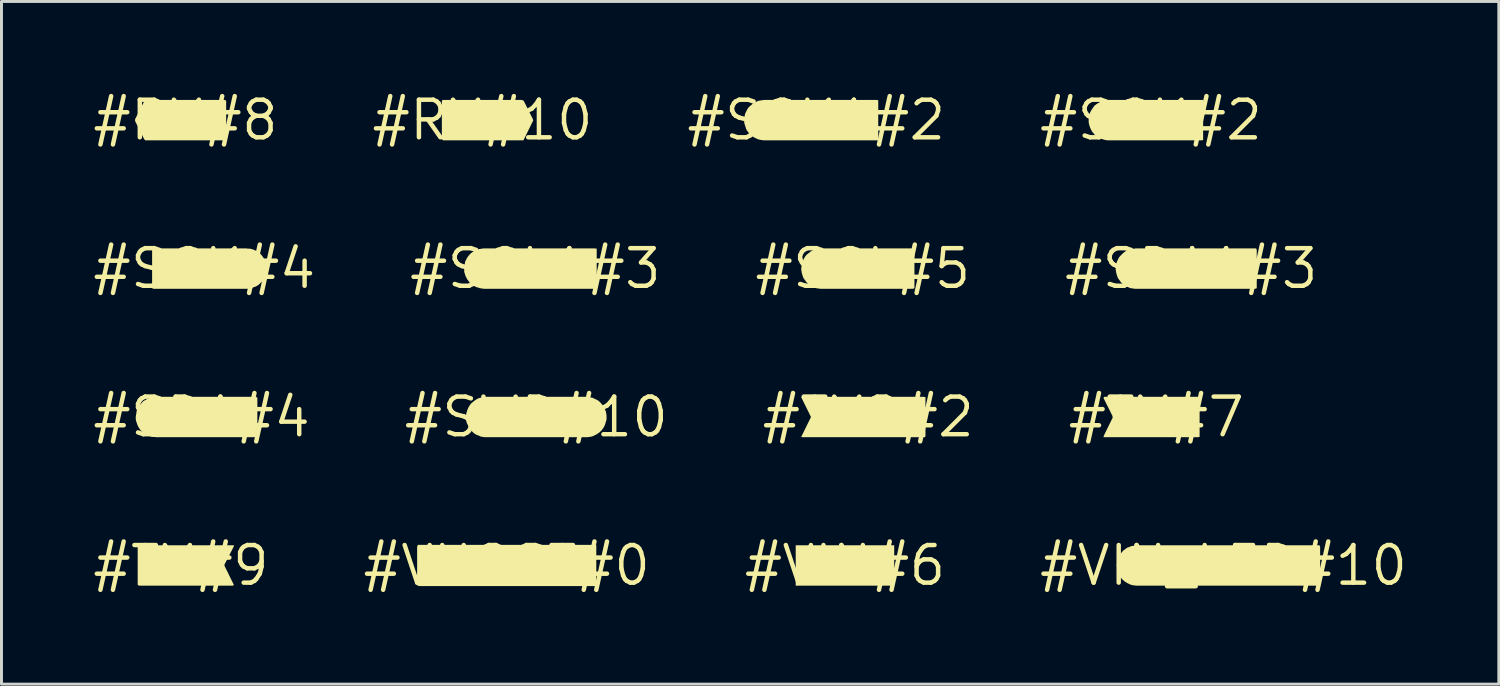
<source format=kicad_pcb>
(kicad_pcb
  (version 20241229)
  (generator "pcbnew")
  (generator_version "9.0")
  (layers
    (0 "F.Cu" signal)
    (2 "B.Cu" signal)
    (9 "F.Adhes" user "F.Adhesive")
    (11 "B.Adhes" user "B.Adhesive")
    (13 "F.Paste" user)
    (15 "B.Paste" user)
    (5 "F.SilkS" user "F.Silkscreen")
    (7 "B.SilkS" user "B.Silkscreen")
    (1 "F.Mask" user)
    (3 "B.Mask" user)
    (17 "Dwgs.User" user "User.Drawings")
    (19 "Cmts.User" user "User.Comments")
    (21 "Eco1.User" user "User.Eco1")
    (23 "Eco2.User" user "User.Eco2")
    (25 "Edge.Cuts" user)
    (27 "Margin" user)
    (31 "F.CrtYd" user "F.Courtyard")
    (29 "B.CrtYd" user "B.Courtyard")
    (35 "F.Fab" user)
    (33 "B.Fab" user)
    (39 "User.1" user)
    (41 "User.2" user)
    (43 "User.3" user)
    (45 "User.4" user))
  (footprint "#TX2#2"
    (layer "F.Cu")
    (at 26.266 11.031)
    (property "Reference" "#TX2#2" (at 0 0 0) (layer "F.SilkS") (effects (font (size 1.27 1.27) (thickness 0.15))))
    (fp_poly (pts (xy 1.933 -0.672) (xy 1.933 0.62) (xy 1.922 0.682) (xy -2.21 0.682) (xy -2.264 0.672) (xy -1.933 0) (xy -2.264 -0.672) (xy -2.21 -0.682) (xy 1.87 -0.682)) (stroke (width 0) (type solid)) (fill yes) (layer "F.SilkS")))
  (footprint "#SCL#5"
    (layer "F.Cu")
    (at 26.084 6.019)
    (property "Reference" "#SCL#5" (at 0 0 0) (layer "F.SilkS") (effects (font (size 1.27 1.27) (thickness 0.15))))
    (fp_poly (pts (xy -1.399 -0.682) (xy 1.722 -0.682) (xy 1.742 -0.63) (xy 1.742 0.662) (xy 1.69 0.682) (xy -1.43 0.682) (xy -1.5 0.672) (xy -1.571 0.662) (xy -1.631 0.642) (xy -1.691 0.612) (xy -1.751 0.582) (xy -1.811 0.542) (xy -1.862 0.502) (xy -1.912 0.452) (xy -1.952 0.391) (xy -1.992 0.341) (xy -2.022 0.281) (xy -2.042 0.211) (xy -2.062 0.151) (xy -2.072 0.08) (xy -2.083 0.01) (xy -2.072 -0.05) (xy -2.072 -0.12) (xy -2.052 -0.191) (xy -2.032 -0.251) (xy -2.002 -0.311) (xy -1.972 -0.371) (xy -1.932 -0.432) (xy -1.882 -0.482) (xy -1.832 -0.522) (xy -1.781 -0.562) (xy -1.721 -0.602) (xy -1.661 -0.632) (xy -1.591 -0.652) (xy -1.53 -0.672) (xy -1.46 -0.672) (xy -1.404 -0.682) (xy -1.405 -0.682) (xy -1.4 -0.682) (xy -1.399 -0.683)) (stroke (width 0) (type solid)) (fill yes) (layer "F.SilkS")))
  (footprint "#VIN#6"
    (layer "F.Cu")
    (at 25.48 16.043)
    (property "Reference" "#VIN#6" (at 0 0 0) (layer "F.SilkS") (effects (font (size 1.27 1.27) (thickness 0.15))))
    (fp_poly (pts (xy 1.663 0.682) (xy -1.663 0.682) (xy -1.663 -0.682) (xy 1.663 -0.682)) (stroke (width 0) (type solid)) (fill yes) (layer "F.SilkS")))
  (footprint "#TX#9"
    (layer "F.Cu")
    (at 3.061 16.043)
    (property "Reference" "#TX#9" (at 0 0 0) (layer "F.SilkS") (effects (font (size 1.27 1.27) (thickness 0.15))))
    (fp_poly (pts (xy 1.772 -0.619) (xy 1.463 -0.02) (xy 1.482 0.039) (xy 1.783 0.65) (xy 1.761 0.682) (xy -1.421 0.682) (xy -1.462 0.651) (xy -1.462 -0.641) (xy -1.431 -0.682) (xy 1.793 -0.682)) (stroke (width 0) (type solid)) (fill yes) (layer "F.SilkS")))
  (footprint "#SCL1#3"
    (layer "F.Cu")
    (at 15.026 6.019)
    (property "Reference" "#SCL1#3" (at 0 0 0) (layer "F.SilkS") (effects (font (size 1.27 1.27) (thickness 0.15))))
    (fp_poly (pts (xy 2.072 -0.672) (xy 2.072 0.61) (xy 2.062 0.682) (xy -1.74 0.682) (xy -1.8 0.672) (xy -1.871 0.662) (xy -1.931 0.642) (xy -2.001 0.622) (xy -2.061 0.592) (xy -2.121 0.552) (xy -2.172 0.512) (xy -2.222 0.472) (xy -2.262 0.411) (xy -2.302 0.361) (xy -2.332 0.301) (xy -2.362 0.241) (xy -2.382 0.171) (xy -2.402 0.11) (xy -2.402 -0.1) (xy -2.382 -0.161) (xy -2.372 -0.231) (xy -2.342 -0.291) (xy -2.312 -0.351) (xy -2.272 -0.411) (xy -2.232 -0.462) (xy -2.182 -0.512) (xy -2.131 -0.552) (xy -2.071 -0.592) (xy -2.011 -0.622) (xy -1.951 -0.642) (xy -1.881 -0.662) (xy -1.81 -0.672) (xy -1.75 -0.682) (xy 2 -0.682)) (stroke (width 0) (type solid)) (fill yes) (layer "F.SilkS")))
  (footprint "#TX#7"
    (layer "F.Cu")
    (at 35.993 11.031)
    (property "Reference" "#TX#7" (at 0 0 0) (layer "F.SilkS") (effects (font (size 1.27 1.27) (thickness 0.15))))
    (fp_poly (pts (xy 1.462 -0.61) (xy 1.462 0.672) (xy 1.39 0.682) (xy -1.783 0.682) (xy -1.772 0.629) (xy -1.473 0.02) (xy -1.482 -0.039) (xy -1.783 -0.64) (xy -1.762 -0.682) (xy 1.452 -0.682)) (stroke (width 0) (type solid)) (fill yes) (layer "F.SilkS")))
  (footprint "#SDA1#3"
    (layer "F.Cu")
    (at 37.172 6.019)
    (property "Reference" "#SDA1#3" (at 0 0 0) (layer "F.SilkS") (effects (font (size 1.27 1.27) (thickness 0.15))))
    (fp_poly (pts (xy -1.869 -0.682) (xy 2.192 -0.682) (xy 2.212 -0.63) (xy 2.212 0.662) (xy 2.16 0.682) (xy -1.9 0.682) (xy -1.97 0.672) (xy -2.041 0.662) (xy -2.101 0.642) (xy -2.161 0.612) (xy -2.221 0.582) (xy -2.281 0.542) (xy -2.332 0.502) (xy -2.382 0.452) (xy -2.422 0.391) (xy -2.462 0.341) (xy -2.492 0.281) (xy -2.512 0.211) (xy -2.532 0.151) (xy -2.542 0.08) (xy -2.553 0.02) (xy -2.542 -0.05) (xy -2.542 -0.12) (xy -2.522 -0.191) (xy -2.502 -0.251) (xy -2.472 -0.311) (xy -2.442 -0.371) (xy -2.402 -0.422) (xy -2.302 -0.522) (xy -2.251 -0.562) (xy -2.191 -0.602) (xy -2.131 -0.632) (xy -2.071 -0.652) (xy -2 -0.662) (xy -1.93 -0.672) (xy -1.874 -0.682) (xy -1.875 -0.682) (xy -1.87 -0.682) (xy -1.869 -0.683)) (stroke (width 0) (type solid)) (fill yes) (layer "F.SilkS")))
  (footprint "#RX#10"
    (layer "F.Cu")
    (at 13.242 1.006)
    (property "Reference" "#RX#10" (at 0 0 0) (layer "F.SilkS") (effects (font (size 1.27 1.27) (thickness 0.15))))
    (fp_poly (pts (xy 1.392 -0.652) (xy 1.692 -0.051) (xy 1.713 0.01) (xy 1.382 0.682) (xy -1.331 0.682) (xy -1.373 0.651) (xy -1.373 -0.63) (xy -1.352 -0.682) (xy 1.331 -0.682)) (stroke (width 0) (type solid)) (fill yes) (layer "F.SilkS")))
  (footprint "#VHOST#0"
    (layer "F.Cu")
    (at 14.059 16.043)
    (property "Reference" "#VHOST#0" (at 0 0 0) (layer "F.SilkS") (effects (font (size 1.27 1.27) (thickness 0.15))))
    (fp_poly (pts (xy 3.025 -0.683) (xy 3.025 0.621) (xy 3.013 0.695) (xy -2.963 0.695) (xy -3.025 0.67) (xy -3.025 -0.622) (xy -3.001 -0.695) (xy 2.951 -0.695)) (stroke (width 0) (type solid)) (fill yes) (layer "F.SilkS")))
  (footprint "#SCK#2"
    (layer "F.Cu")
    (at 35.812 1.006)
    (property "Reference" "#SCK#2" (at 0 0 0) (layer "F.SilkS") (effects (font (size 1.27 1.27) (thickness 0.15))))
    (fp_poly (pts (xy 1.762 0.672) (xy 1.71 0.682) (xy -1.47 0.682) (xy -1.541 0.672) (xy -1.611 0.652) (xy -1.671 0.632) (xy -1.731 0.602) (xy -1.791 0.572) (xy -1.851 0.532) (xy -1.902 0.492) (xy -1.942 0.442) (xy -1.992 0.381) (xy -2.022 0.321) (xy -2.052 0.261) (xy -2.072 0.201) (xy -2.092 0.131) (xy -2.103 0.07) (xy -2.103 -0.07) (xy -2.092 -0.131) (xy -2.072 -0.201) (xy -2.052 -0.261) (xy -2.022 -0.321) (xy -1.982 -0.381) (xy -1.942 -0.441) (xy -1.902 -0.492) (xy -1.851 -0.532) (xy -1.791 -0.572) (xy -1.731 -0.602) (xy -1.671 -0.632) (xy -1.611 -0.652) (xy -1.541 -0.672) (xy -1.47 -0.682) (xy 1.762 -0.682)) (stroke (width 0) (type solid)) (fill yes) (layer "F.SilkS")))
  (footprint "#SCK#4"
    (layer "F.Cu")
    (at 3.848 6.019)
    (property "Reference" "#SCK#4" (at 0 0 0) (layer "F.SilkS") (effects (font (size 1.27 1.27) (thickness 0.15))))
    (fp_poly (pts (xy 1.48 -0.672) (xy 1.55 -0.672) (xy 1.621 -0.652) (xy 1.681 -0.632) (xy 1.741 -0.602) (xy 1.801 -0.562) (xy 1.861 -0.522) (xy 1.912 -0.482) (xy 1.952 -0.431) (xy 1.992 -0.371) (xy 2.032 -0.321) (xy 2.052 -0.251) (xy 2.082 -0.191) (xy 2.092 -0.12) (xy 2.103 -0.06) (xy 2.103 0.08) (xy 2.092 0.141) (xy 2.072 0.211) (xy 2.052 0.271) (xy 2.022 0.331) (xy 1.982 0.391) (xy 1.942 0.442) (xy 1.842 0.542) (xy 1.781 0.582) (xy 1.721 0.612) (xy 1.661 0.632) (xy 1.601 0.662) (xy 1.53 0.672) (xy 1.46 0.682) (xy -1.721 0.682) (xy -1.762 0.662) (xy -1.762 -0.63) (xy -1.752 -0.682) (xy 1.42 -0.682)) (stroke (width 0) (type solid)) (fill yes) (layer "F.SilkS")))
  (footprint "#VIN_LED#10"
    (layer "F.Cu")
    (at 38.261 16.043)
    (property "Reference" "#VIN_LED#10" (at 0 0 0) (layer "F.SilkS") (effects (font (size 1.27 1.27) (thickness 0.15))))
    (fp_poly (pts (xy -2.918 -0.682) (xy 3.242 -0.682) (xy 3.263 -0.63) (xy 3.263 0.662) (xy 3.21 0.682) (xy -2.95 0.682) (xy -3.02 0.672) (xy -3.091 0.662) (xy -3.151 0.642) (xy -3.211 0.612) (xy -3.271 0.582) (xy -3.331 0.542) (xy -3.382 0.502) (xy -3.432 0.452) (xy -3.472 0.401) (xy -3.512 0.341) (xy -3.542 0.281) (xy -3.562 0.221) (xy -3.582 0.151) (xy -3.592 0.09) (xy -3.603 0.02) (xy -3.603 -0.05) (xy -3.592 -0.121) (xy -3.572 -0.181) (xy -3.552 -0.251) (xy -3.532 -0.311) (xy -3.492 -0.371) (xy -3.452 -0.422) (xy -3.412 -0.472) (xy -3.362 -0.522) (xy -3.301 -0.562) (xy -3.251 -0.602) (xy -3.181 -0.622) (xy -3.121 -0.652) (xy -3.05 -0.662) (xy -2.99 -0.672) (xy -2.924 -0.682) (xy -2.924 -0.682) (xy -2.92 -0.682) (xy -2.919 -0.683)) (stroke (width 0) (type solid)) (fill yes) (layer "F.SilkS")))
  (footprint "#RX#8"
    (layer "F.Cu")
    (at 3.213 1.006)
    (property "Reference" "#RX#8" (at 0 0 0) (layer "F.SilkS") (effects (font (size 1.27 1.27) (thickness 0.15))))
    (fp_poly (pts (xy 1.373 -0.651) (xy 1.373 0.63) (xy 1.352 0.682) (xy -1.361 0.682) (xy -1.402 0.631) (xy -1.702 0.031) (xy -1.702 -0.031) (xy -1.392 -0.641) (xy -1.351 -0.682) (xy 1.331 -0.682)) (stroke (width 0) (type solid)) (fill yes) (layer "F.SilkS")))
  (footprint "#SWD#10"
    (layer "F.Cu")
    (at 15.057 11.031)
    (property "Reference" "#SWD#10" (at 0 0 0) (layer "F.SilkS") (effects (font (size 1.27 1.27) (thickness 0.15))))
    (fp_poly (pts (xy -1.689 -0.682) (xy 1.69 -0.682) (xy 1.76 -0.672) (xy 1.83 -0.662) (xy 1.891 -0.652) (xy 1.961 -0.622) (xy 2.021 -0.592) (xy 2.081 -0.562) (xy 2.132 -0.522) (xy 2.182 -0.472) (xy 2.222 -0.422) (xy 2.262 -0.371) (xy 2.302 -0.311) (xy 2.322 -0.251) (xy 2.352 -0.181) (xy 2.362 -0.12) (xy 2.373 -0.05) (xy 2.373 0.09) (xy 2.352 0.151) (xy 2.332 0.221) (xy 2.312 0.281) (xy 2.282 0.341) (xy 2.242 0.401) (xy 2.202 0.452) (xy 2.152 0.502) (xy 2.101 0.542) (xy 2.041 0.582) (xy 1.981 0.612) (xy 1.921 0.642) (xy 1.861 0.662) (xy 1.79 0.672) (xy 1.72 0.682) (xy -1.73 0.682) (xy -1.8 0.672) (xy -1.871 0.662) (xy -1.931 0.632) (xy -1.991 0.612) (xy -2.051 0.582) (xy -2.112 0.542) (xy -2.162 0.492) (xy -2.202 0.442) (xy -2.252 0.391) (xy -2.282 0.331) (xy -2.342 0.211) (xy -2.362 0.141) (xy -2.373 0.08) (xy -2.373 -0.06) (xy -2.362 -0.121) (xy -2.342 -0.191) (xy -2.322 -0.251) (xy -2.292 -0.321) (xy -2.262 -0.371) (xy -2.222 -0.432) (xy -2.172 -0.482) (xy -2.122 -0.522) (xy -2.071 -0.562) (xy -2.011 -0.602) (xy -1.951 -0.632) (xy -1.881 -0.652) (xy -1.82 -0.672) (xy -1.75 -0.672) (xy -1.694 -0.682) (xy -1.695 -0.682) (xy -1.69 -0.682) (xy -1.689 -0.683)) (stroke (width 0) (type solid)) (fill yes) (layer "F.SilkS")))
  (footprint "#SDA#4"
    (layer "F.Cu")
    (at 3.757 11.031)
    (property "Reference" "#SDA#4" (at 0 0 0) (layer "F.SilkS") (effects (font (size 1.27 1.27) (thickness 0.15))))
    (fp_poly (pts (xy 1.883 -0.651) (xy 1.883 0.641) (xy 1.851 0.682) (xy -1.53 0.682) (xy -1.6 0.672) (xy -1.67 0.672) (xy -1.731 0.652) (xy -1.801 0.632) (xy -1.861 0.602) (xy -1.921 0.562) (xy -1.972 0.522) (xy -2.022 0.482) (xy -2.072 0.432) (xy -2.112 0.371) (xy -2.142 0.321) (xy -2.172 0.251) (xy -2.192 0.191) (xy -2.212 0.131) (xy -2.223 0.06) (xy -2.223 -0.01) (xy -2.212 -0.08) (xy -2.202 -0.14) (xy -2.192 -0.211) (xy -2.162 -0.271) (xy -2.132 -0.331) (xy -2.092 -0.391) (xy -2.052 -0.442) (xy -2.012 -0.492) (xy -1.961 -0.542) (xy -1.901 -0.572) (xy -1.841 -0.612) (xy -1.781 -0.632) (xy -1.711 -0.652) (xy -1.651 -0.672) (xy -1.58 -0.682) (xy 1.841 -0.682)) (stroke (width 0) (type solid)) (fill yes) (layer "F.SilkS")))
  (footprint "#SCK1#2"
    (layer "F.Cu")
    (at 24.512 1.006)
    (property "Reference" "#SCK1#2" (at 0 0 0) (layer "F.SilkS") (effects (font (size 1.27 1.27) (thickness 0.15))))
    (fp_poly (pts (xy 2.092 -0.672) (xy 2.092 0.62) (xy 2.082 0.682) (xy -1.78 0.682) (xy -1.85 0.672) (xy -1.911 0.662) (xy -1.981 0.642) (xy -2.101 0.582) (xy -2.161 0.552) (xy -2.262 0.452) (xy -2.302 0.402) (xy -2.342 0.351) (xy -2.372 0.291) (xy -2.392 0.221) (xy -2.412 0.161) (xy -2.433 0.09) (xy -2.433 -0.04) (xy -2.422 -0.11) (xy -2.412 -0.181) (xy -2.392 -0.241) (xy -2.362 -0.301) (xy -2.332 -0.361) (xy -2.292 -0.422) (xy -2.242 -0.472) (xy -2.192 -0.512) (xy -2.141 -0.562) (xy -2.081 -0.592) (xy -2.021 -0.622) (xy -1.961 -0.652) (xy -1.89 -0.662) (xy -1.83 -0.672) (xy -1.76 -0.682) (xy 2.04 -0.682)) (stroke (width 0) (type solid)) (fill yes) (layer "F.SilkS")))
  (gr_rect
    (start -3 -3)
    (end 47.558 20.05)
    (stroke (width 0.1) (type default))
    (fill no)
    (layer "Edge.Cuts")))
</source>
